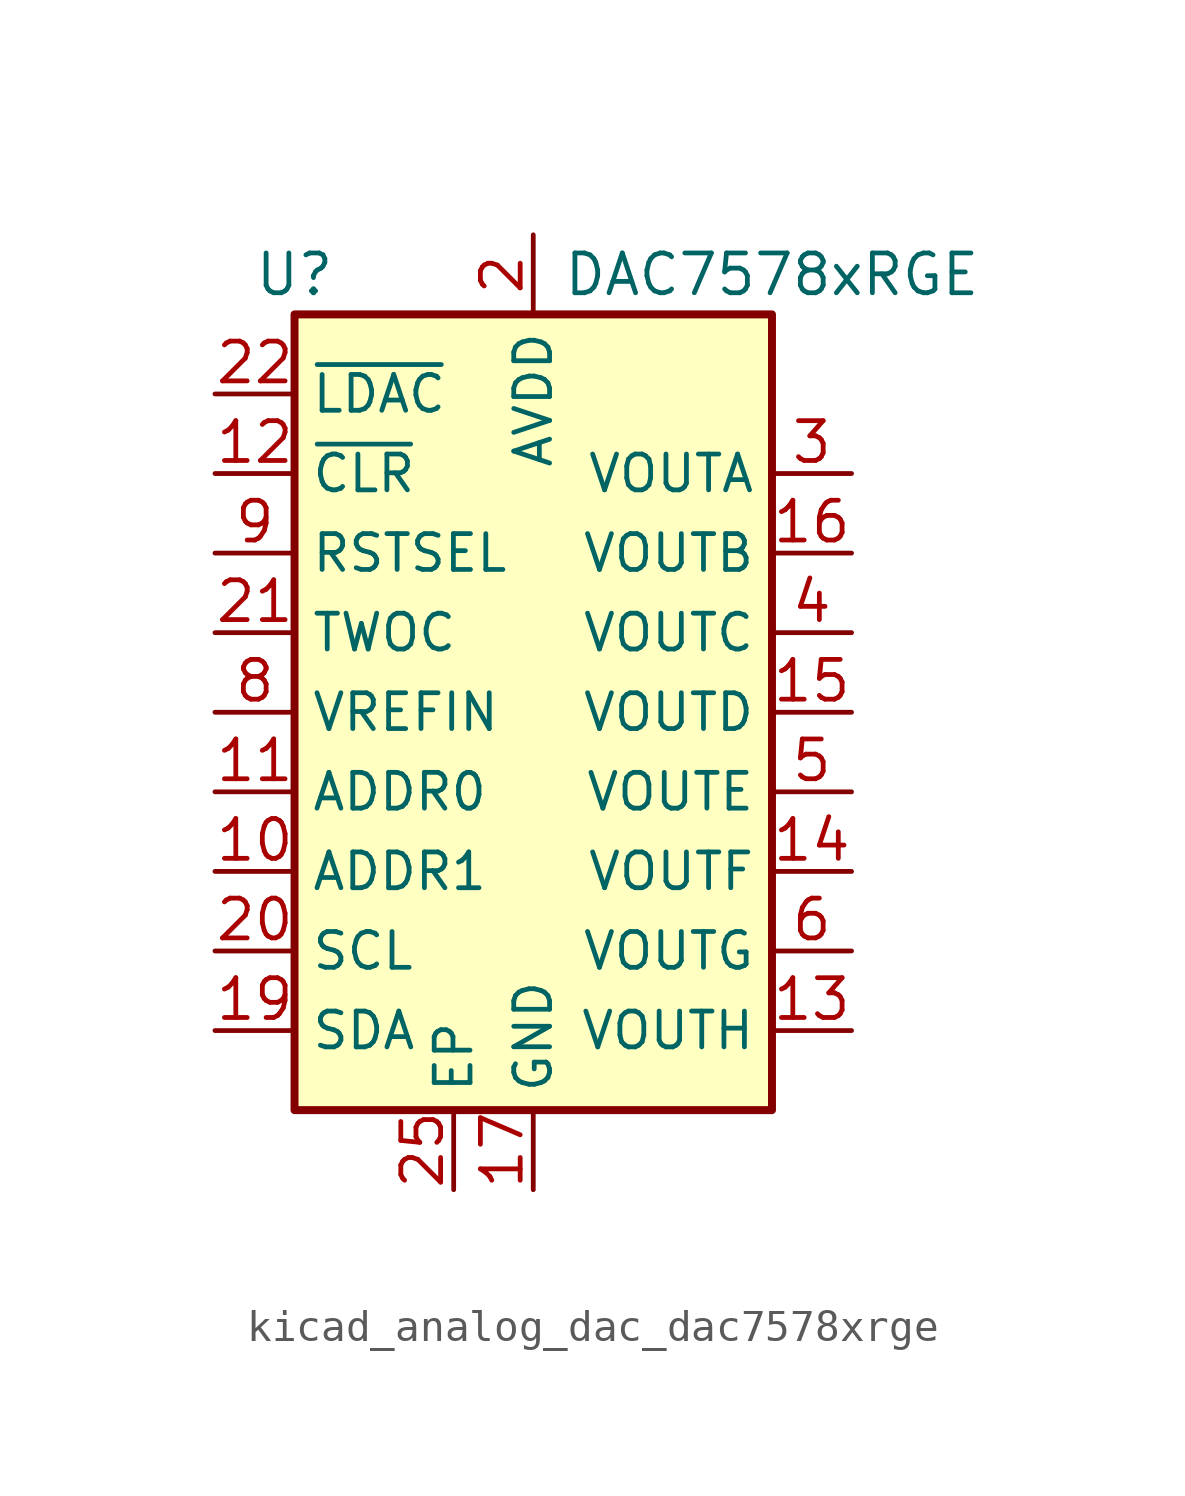
<source format=kicad_sym>
(kicad_symbol_lib
  (version 20220914)
  (generator kicad_symbol_editor)
  (symbol "kicad_analog_dac_dac7578xrge"
    (property "Reference" "U"
      (at -7.62 13.97 0)
      (effects (font (size 1.27 1.27))))
    (property "Value" "DAC7578xRGE"
      (at 7.62 13.97 0)
      (effects (font (size 1.27 1.27))))
    (symbol "kicad_analog_dac_dac7578xrge_0_1"
      (rectangle (start -7.62 12.7) (end 7.62 -12.7) (stroke (width 0.254) (type default)) (fill (type background))))
    (symbol "kicad_analog_dac_dac7578xrge_1_1"
      (pin no_connect line (at 7.62 10.16 180) (length 2.54) hide (name "NC" (effects (font (size 1.143 1.143)))) (number "1" (effects (font (size 1.27 1.27)))))
      (pin input line (at -10.16 -5.08 0) (length 2.54) (name "ADDR1" (effects (font (size 1.143 1.143)))) (number "10" (effects (font (size 1.27 1.27)))))
      (pin input line (at -10.16 -2.54 0) (length 2.54) (name "ADDR0" (effects (font (size 1.143 1.143)))) (number "11" (effects (font (size 1.27 1.27)))))
      (pin input line (at -10.16 7.62 0) (length 2.54) (name "~{CLR}" (effects (font (size 1.143 1.143)))) (number "12" (effects (font (size 1.27 1.27)))))
      (pin output line (at 10.16 -10.16 180) (length 2.54) (name "VOUTH" (effects (font (size 1.143 1.143)))) (number "13" (effects (font (size 1.27 1.27)))))
      (pin output line (at 10.16 -5.08 180) (length 2.54) (name "VOUTF" (effects (font (size 1.143 1.143)))) (number "14" (effects (font (size 1.27 1.27)))))
      (pin output line (at 10.16 0 180) (length 2.54) (name "VOUTD" (effects (font (size 1.143 1.143)))) (number "15" (effects (font (size 1.27 1.27)))))
      (pin output line (at 10.16 5.08 180) (length 2.54) (name "VOUTB" (effects (font (size 1.143 1.143)))) (number "16" (effects (font (size 1.27 1.27)))))
      (pin power_in line (at 0 -15.24 90) (length 2.54) (name "GND" (effects (font (size 1.143 1.143)))) (number "17" (effects (font (size 1.27 1.27)))))
      (pin no_connect line (at 7.62 12.7 180) (length 2.54) hide (name "NC" (effects (font (size 1.143 1.143)))) (number "18" (effects (font (size 1.27 1.27)))))
      (pin bidirectional line (at -10.16 -10.16 0) (length 2.54) (name "SDA" (effects (font (size 1.143 1.143)))) (number "19" (effects (font (size 1.27 1.27)))))
      (pin power_in line (at 0 15.24 270) (length 2.54) (name "AVDD" (effects (font (size 1.143 1.143)))) (number "2" (effects (font (size 1.27 1.27)))))
      (pin input line (at -10.16 -7.62 0) (length 2.54) (name "SCL" (effects (font (size 1.143 1.143)))) (number "20" (effects (font (size 1.27 1.27)))))
      (pin input line (at -10.16 2.54 0) (length 2.54) (name "TWOC" (effects (font (size 1.143 1.143)))) (number "21" (effects (font (size 1.27 1.27)))))
      (pin input line (at -10.16 10.16 0) (length 2.54) (name "~{LDAC}" (effects (font (size 1.143 1.143)))) (number "22" (effects (font (size 1.27 1.27)))))
      (pin no_connect line (at 5.08 12.7 180) (length 2.54) hide (name "NC" (effects (font (size 1.143 1.143)))) (number "23" (effects (font (size 1.27 1.27)))))
      (pin no_connect line (at 2.54 10.16 180) (length 2.54) hide (name "NC" (effects (font (size 1.143 1.143)))) (number "24" (effects (font (size 1.27 1.27)))))
      (pin passive line (at -2.54 -15.24 90) (length 2.54) (name "EP" (effects (font (size 1.143 1.143)))) (number "25" (effects (font (size 1.27 1.27)))))
      (pin output line (at 10.16 7.62 180) (length 2.54) (name "VOUTA" (effects (font (size 1.143 1.143)))) (number "3" (effects (font (size 1.27 1.27)))))
      (pin output line (at 10.16 2.54 180) (length 2.54) (name "VOUTC" (effects (font (size 1.143 1.143)))) (number "4" (effects (font (size 1.27 1.27)))))
      (pin output line (at 10.16 -2.54 180) (length 2.54) (name "VOUTE" (effects (font (size 1.143 1.143)))) (number "5" (effects (font (size 1.27 1.27)))))
      (pin output line (at 10.16 -7.62 180) (length 2.54) (name "VOUTG" (effects (font (size 1.143 1.143)))) (number "6" (effects (font (size 1.27 1.27)))))
      (pin no_connect line (at 5.08 10.16 180) (length 2.54) hide (name "NC" (effects (font (size 1.143 1.143)))) (number "7" (effects (font (size 1.27 1.27)))))
      (pin input line (at -10.16 0 0) (length 2.54) (name "VREFIN" (effects (font (size 1.143 1.143)))) (number "8" (effects (font (size 1.27 1.27)))))
      (pin input line (at -10.16 5.08 0) (length 2.54) (name "RSTSEL" (effects (font (size 1.143 1.143)))) (number "9" (effects (font (size 1.27 1.27))))))))
</source>
